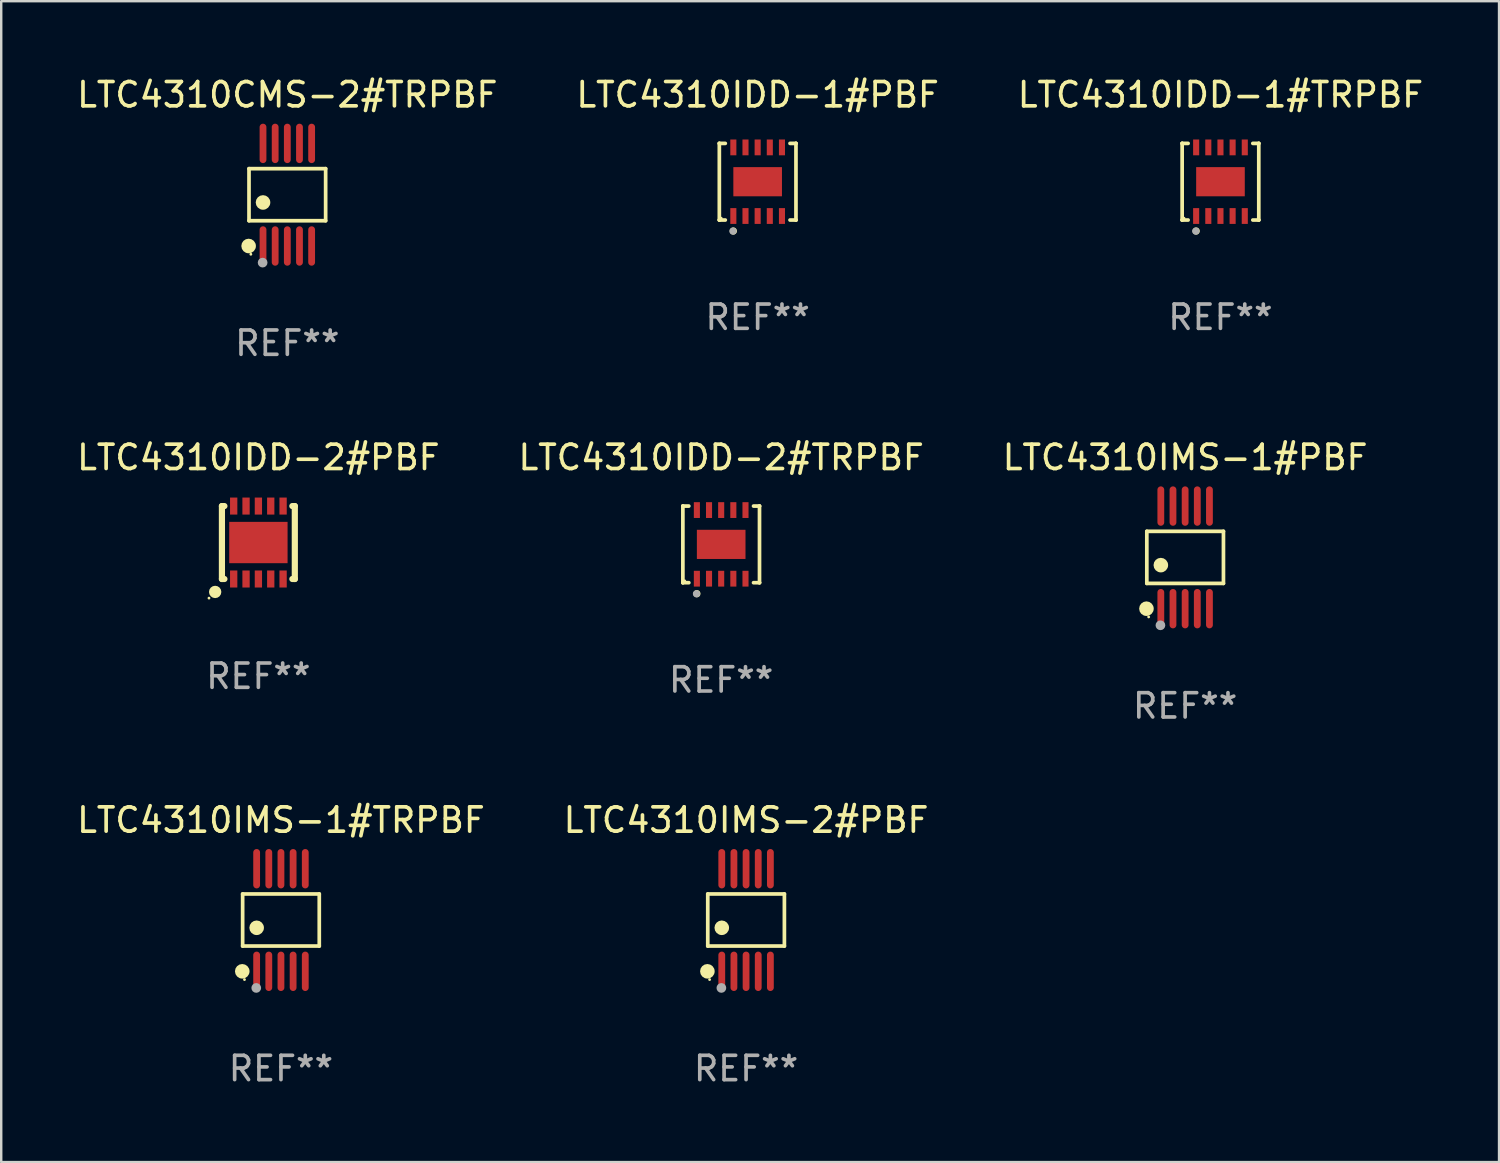
<source format=kicad_pcb>
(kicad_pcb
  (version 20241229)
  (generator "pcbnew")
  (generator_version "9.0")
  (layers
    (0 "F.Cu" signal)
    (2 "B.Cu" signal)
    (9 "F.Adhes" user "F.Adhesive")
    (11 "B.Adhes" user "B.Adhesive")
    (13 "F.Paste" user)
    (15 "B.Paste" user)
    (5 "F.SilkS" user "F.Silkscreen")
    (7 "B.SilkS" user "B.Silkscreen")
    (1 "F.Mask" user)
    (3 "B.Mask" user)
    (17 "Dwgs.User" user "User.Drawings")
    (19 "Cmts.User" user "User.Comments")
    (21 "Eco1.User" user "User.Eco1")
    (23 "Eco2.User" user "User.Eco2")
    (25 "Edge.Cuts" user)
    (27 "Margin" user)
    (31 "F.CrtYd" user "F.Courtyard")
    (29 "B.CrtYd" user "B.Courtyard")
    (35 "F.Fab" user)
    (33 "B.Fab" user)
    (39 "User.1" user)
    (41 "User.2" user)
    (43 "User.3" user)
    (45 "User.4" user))
  (footprint "LTC4310IDD-2#PBF"
    (layer "F.Cu")
    (at 7.577 19.265)
    (property "Reference" "LTC4310IDD-2#PBF" (at 0 -3.5 0) (layer "F.SilkS") (effects (font (size 1 1) (thickness 0.15))))
    (attr through_hole)
    (fp_line (start -1.499 -1.5) (end -1.397 -1.5) (stroke (width 0.254) (type solid)) (layer "F.SilkS"))
    (fp_line (start -1.499 1.5) (end -1.499 -1.5) (stroke (width 0.254) (type solid)) (layer "F.SilkS"))
    (fp_line (start -1.499 1.5) (end -1.397 1.5) (stroke (width 0.254) (type solid)) (layer "F.SilkS"))
    (fp_line (start 1.398 -1.5) (end 1.499 -1.5) (stroke (width 0.254) (type solid)) (layer "F.SilkS"))
    (fp_line (start 1.398 1.5) (end 1.499 1.5) (stroke (width 0.254) (type solid)) (layer "F.SilkS"))
    (fp_line (start 1.499 1.5) (end 1.499 -1.5) (stroke (width 0.254) (type solid)) (layer "F.SilkS"))
    (fp_circle (center -2.031 2.286) (end -2.001 2.286) (stroke (width 0.06) (type solid)) (fill no) (layer "F.SilkS"))
    (fp_circle (center -1.777 2.032) (end -1.65 2.032) (stroke (width 0.254) (type solid)) (fill no) (layer "F.SilkS"))
    (fp_text user "REF**" (at 0 5.5 0) (layer "F.Fab") (effects (font (size 1 1) (thickness 0.15))))
    (pad "1" smd rect (at -1.015 1.5) (size 0.3 0.7) (layers "F.Cu" "F.Mask" "F.Paste"))
    (pad "2" smd rect (at -0.507 1.5) (size 0.3 0.7) (layers "F.Cu" "F.Mask" "F.Paste"))
    (pad "3" smd rect (at 0.001 1.5) (size 0.3 0.7) (layers "F.Cu" "F.Mask" "F.Paste"))
    (pad "4" smd rect (at 0.509 1.5) (size 0.3 0.7) (layers "F.Cu" "F.Mask" "F.Paste"))
    (pad "5" smd rect (at 1.017 1.5) (size 0.3 0.7) (layers "F.Cu" "F.Mask" "F.Paste"))
    (pad "6" smd rect (at 1.017 -1.5) (size 0.3 0.7) (layers "F.Cu" "F.Mask" "F.Paste"))
    (pad "7" smd rect (at 0.509 -1.5) (size 0.3 0.7) (layers "F.Cu" "F.Mask" "F.Paste"))
    (pad "8" smd rect (at 0.001 -1.5) (size 0.3 0.7) (layers "F.Cu" "F.Mask" "F.Paste"))
    (pad "9" smd rect (at -0.507 -1.5) (size 0.3 0.7) (layers "F.Cu" "F.Mask" "F.Paste"))
    (pad "10" smd rect (at -1.015 -1.5) (size 0.3 0.7) (layers "F.Cu" "F.Mask" "F.Paste"))
    (pad "11" smd rect (at 0.001 -0.000127 90) (size 1.7 2.4) (layers "F.Cu" "F.Mask" "F.Paste")))
  (footprint "LTC4310IMS-1#TRPBF"
    (layer "F.Cu")
    (at 8.506 34.791)
    (property "Reference" "LTC4310IMS-1#TRPBF" (at 0 -4.11 0) (layer "F.SilkS") (effects (font (size 1 1) (thickness 0.15))))
    (attr through_hole)
    (fp_line (start -1.576 -1.071) (end 1.576 -1.071) (stroke (width 0.152) (type solid)) (layer "F.SilkS"))
    (fp_line (start -1.576 1.071) (end -1.576 -1.071) (stroke (width 0.152) (type solid)) (layer "F.SilkS"))
    (fp_line (start 1.576 -1.071) (end 1.576 1.071) (stroke (width 0.152) (type solid)) (layer "F.SilkS"))
    (fp_line (start 1.576 1.071) (end -1.576 1.071) (stroke (width 0.152) (type solid)) (layer "F.SilkS"))
    (fp_circle (center -1.592 2.11) (end -1.442 2.11) (stroke (width 0.3) (type solid)) (fill no) (layer "F.SilkS"))
    (fp_circle (center -1.5 2.45) (end -1.47 2.45) (stroke (width 0.06) (type solid)) (fill no) (layer "F.SilkS"))
    (fp_circle (center -1 0.319) (end -0.85 0.319) (stroke (width 0.3) (type solid)) (fill no) (layer "F.SilkS"))
    (fp_circle (center -1.016 2.794) (end -0.916 2.794) (stroke (width 0.2) (type solid)) (fill no) (layer "F.Fab"))
    (fp_text user "REF**" (at 0 6.11 0) (layer "F.Fab") (effects (font (size 1 1) (thickness 0.15))))
    (pad "1" smd oval (at -1 2.11) (size 0.28 1.62) (layers "F.Cu" "F.Mask" "F.Paste"))
    (pad "2" smd oval (at -0.5 2.11) (size 0.28 1.62) (layers "F.Cu" "F.Mask" "F.Paste"))
    (pad "3" smd oval (at 0 2.11) (size 0.28 1.62) (layers "F.Cu" "F.Mask" "F.Paste"))
    (pad "4" smd oval (at 0.5 2.11) (size 0.28 1.62) (layers "F.Cu" "F.Mask" "F.Paste"))
    (pad "5" smd oval (at 1 2.11) (size 0.28 1.62) (layers "F.Cu" "F.Mask" "F.Paste"))
    (pad "6" smd oval (at 1 -2.11) (size 0.28 1.62) (layers "F.Cu" "F.Mask" "F.Paste"))
    (pad "7" smd oval (at 0.5 -2.11) (size 0.28 1.62) (layers "F.Cu" "F.Mask" "F.Paste"))
    (pad "8" smd oval (at 0 -2.11) (size 0.28 1.62) (layers "F.Cu" "F.Mask" "F.Paste"))
    (pad "9" smd oval (at -0.5 -2.11) (size 0.28 1.62) (layers "F.Cu" "F.Mask" "F.Paste"))
    (pad "10" smd oval (at -1 -2.11) (size 0.28 1.62) (layers "F.Cu" "F.Mask" "F.Paste")))
  (footprint "LTC4310IDD-1#TRPBF"
    (layer "F.Cu")
    (at 47.149 4.424)
    (property "Reference" "LTC4310IDD-1#TRPBF" (at 0 -3.576 0) (layer "F.SilkS") (effects (font (size 1 1) (thickness 0.15))))
    (attr through_hole)
    (fp_line (start -1.576 -1.576) (end -1.576 -1.576) (stroke (width 0.152) (type solid)) (layer "F.SilkS"))
    (fp_line (start -1.576 -1.576) (end -1.331 -1.576) (stroke (width 0.152) (type solid)) (layer "F.SilkS"))
    (fp_line (start -1.576 1.576) (end -1.576 -1.576) (stroke (width 0.152) (type solid)) (layer "F.SilkS"))
    (fp_line (start -1.576 1.576) (end -1.576 1.576) (stroke (width 0.152) (type solid)) (layer "F.SilkS"))
    (fp_line (start -1.331 1.576) (end -1.576 1.576) (stroke (width 0.152) (type solid)) (layer "F.SilkS"))
    (fp_line (start 1.331 1.576) (end 1.576 1.576) (stroke (width 0.152) (type solid)) (layer "F.SilkS"))
    (fp_line (start 1.576 -1.576) (end 1.331 -1.576) (stroke (width 0.152) (type solid)) (layer "F.SilkS"))
    (fp_line (start 1.576 -1.576) (end 1.576 -1.576) (stroke (width 0.152) (type solid)) (layer "F.SilkS"))
    (fp_line (start 1.576 1.576) (end 1.576 -1.576) (stroke (width 0.152) (type solid)) (layer "F.SilkS"))
    (fp_line (start 1.576 1.576) (end 1.576 1.576) (stroke (width 0.152) (type solid)) (layer "F.SilkS"))
    (fp_circle (center -1.5 1.5) (end -1.47 1.5) (stroke (width 0.06) (type solid)) (fill no) (layer "F.SilkS"))
    (fp_circle (center -1 2.028) (end -0.925 2.028) (stroke (width 0.15) (type solid)) (fill no) (layer "F.SilkS"))
    (fp_circle (center -1.016 2.032) (end -0.941 2.032) (stroke (width 0.15) (type solid)) (fill no) (layer "F.Fab"))
    (fp_text user "REF**" (at 0 5.576 0) (layer "F.Fab") (effects (font (size 1 1) (thickness 0.15))))
    (pad "1" smd rect (at -1 1.411) (size 0.25 0.65) (layers "F.Cu" "F.Mask" "F.Paste"))
    (pad "2" smd rect (at -0.5 1.411) (size 0.25 0.65) (layers "F.Cu" "F.Mask" "F.Paste"))
    (pad "3" smd rect (at 0 1.411) (size 0.25 0.65) (layers "F.Cu" "F.Mask" "F.Paste"))
    (pad "4" smd rect (at 0.5 1.411) (size 0.25 0.65) (layers "F.Cu" "F.Mask" "F.Paste"))
    (pad "5" smd rect (at 1 1.411) (size 0.25 0.65) (layers "F.Cu" "F.Mask" "F.Paste"))
    (pad "6" smd rect (at 1 -1.411) (size 0.25 0.65) (layers "F.Cu" "F.Mask" "F.Paste"))
    (pad "7" smd rect (at 0.5 -1.411) (size 0.25 0.65) (layers "F.Cu" "F.Mask" "F.Paste"))
    (pad "8" smd rect (at 0 -1.411) (size 0.25 0.65) (layers "F.Cu" "F.Mask" "F.Paste"))
    (pad "9" smd rect (at -0.5 -1.411) (size 0.25 0.65) (layers "F.Cu" "F.Mask" "F.Paste"))
    (pad "10" smd rect (at -1 -1.411) (size 0.25 0.65) (layers "F.Cu" "F.Mask" "F.Paste"))
    (pad "11" smd rect (at 0 0) (size 2 1.2) (layers "F.Cu" "F.Mask" "F.Paste")))
  (footprint "LTC4310IDD-2#TRPBF"
    (layer "F.Cu")
    (at 26.613 19.341)
    (property "Reference" "LTC4310IDD-2#TRPBF" (at 0 -3.576 0) (layer "F.SilkS") (effects (font (size 1 1) (thickness 0.15))))
    (attr through_hole)
    (fp_line (start -1.576 -1.576) (end -1.576 -1.576) (stroke (width 0.152) (type solid)) (layer "F.SilkS"))
    (fp_line (start -1.576 -1.576) (end -1.331 -1.576) (stroke (width 0.152) (type solid)) (layer "F.SilkS"))
    (fp_line (start -1.576 1.576) (end -1.576 -1.576) (stroke (width 0.152) (type solid)) (layer "F.SilkS"))
    (fp_line (start -1.576 1.576) (end -1.576 1.576) (stroke (width 0.152) (type solid)) (layer "F.SilkS"))
    (fp_line (start -1.331 1.576) (end -1.576 1.576) (stroke (width 0.152) (type solid)) (layer "F.SilkS"))
    (fp_line (start 1.331 1.576) (end 1.576 1.576) (stroke (width 0.152) (type solid)) (layer "F.SilkS"))
    (fp_line (start 1.576 -1.576) (end 1.331 -1.576) (stroke (width 0.152) (type solid)) (layer "F.SilkS"))
    (fp_line (start 1.576 -1.576) (end 1.576 -1.576) (stroke (width 0.152) (type solid)) (layer "F.SilkS"))
    (fp_line (start 1.576 1.576) (end 1.576 -1.576) (stroke (width 0.152) (type solid)) (layer "F.SilkS"))
    (fp_line (start 1.576 1.576) (end 1.576 1.576) (stroke (width 0.152) (type solid)) (layer "F.SilkS"))
    (fp_circle (center -1.5 1.5) (end -1.47 1.5) (stroke (width 0.06) (type solid)) (fill no) (layer "F.SilkS"))
    (fp_circle (center -1 2.028) (end -0.925 2.028) (stroke (width 0.15) (type solid)) (fill no) (layer "F.SilkS"))
    (fp_circle (center -1.016 2.032) (end -0.941 2.032) (stroke (width 0.15) (type solid)) (fill no) (layer "F.Fab"))
    (fp_text user "REF**" (at 0 5.576 0) (layer "F.Fab") (effects (font (size 1 1) (thickness 0.15))))
    (pad "1" smd rect (at -1 1.411) (size 0.25 0.65) (layers "F.Cu" "F.Mask" "F.Paste"))
    (pad "2" smd rect (at -0.5 1.411) (size 0.25 0.65) (layers "F.Cu" "F.Mask" "F.Paste"))
    (pad "3" smd rect (at 0 1.411) (size 0.25 0.65) (layers "F.Cu" "F.Mask" "F.Paste"))
    (pad "4" smd rect (at 0.5 1.411) (size 0.25 0.65) (layers "F.Cu" "F.Mask" "F.Paste"))
    (pad "5" smd rect (at 1 1.411) (size 0.25 0.65) (layers "F.Cu" "F.Mask" "F.Paste"))
    (pad "6" smd rect (at 1 -1.411) (size 0.25 0.65) (layers "F.Cu" "F.Mask" "F.Paste"))
    (pad "7" smd rect (at 0.5 -1.411) (size 0.25 0.65) (layers "F.Cu" "F.Mask" "F.Paste"))
    (pad "8" smd rect (at 0 -1.411) (size 0.25 0.65) (layers "F.Cu" "F.Mask" "F.Paste"))
    (pad "9" smd rect (at -0.5 -1.411) (size 0.25 0.65) (layers "F.Cu" "F.Mask" "F.Paste"))
    (pad "10" smd rect (at -1 -1.411) (size 0.25 0.65) (layers "F.Cu" "F.Mask" "F.Paste"))
    (pad "11" smd rect (at 0 0) (size 2 1.2) (layers "F.Cu" "F.Mask" "F.Paste")))
  (footprint "LTC4310IDD-1#PBF"
    (layer "F.Cu")
    (at 28.113 4.424)
    (property "Reference" "LTC4310IDD-1#PBF" (at 0 -3.576 0) (layer "F.SilkS") (effects (font (size 1 1) (thickness 0.15))))
    (attr through_hole)
    (fp_line (start -1.576 -1.576) (end -1.576 -1.576) (stroke (width 0.152) (type solid)) (layer "F.SilkS"))
    (fp_line (start -1.576 -1.576) (end -1.331 -1.576) (stroke (width 0.152) (type solid)) (layer "F.SilkS"))
    (fp_line (start -1.576 1.576) (end -1.576 -1.576) (stroke (width 0.152) (type solid)) (layer "F.SilkS"))
    (fp_line (start -1.576 1.576) (end -1.576 1.576) (stroke (width 0.152) (type solid)) (layer "F.SilkS"))
    (fp_line (start -1.331 1.576) (end -1.576 1.576) (stroke (width 0.152) (type solid)) (layer "F.SilkS"))
    (fp_line (start 1.331 1.576) (end 1.576 1.576) (stroke (width 0.152) (type solid)) (layer "F.SilkS"))
    (fp_line (start 1.576 -1.576) (end 1.331 -1.576) (stroke (width 0.152) (type solid)) (layer "F.SilkS"))
    (fp_line (start 1.576 -1.576) (end 1.576 -1.576) (stroke (width 0.152) (type solid)) (layer "F.SilkS"))
    (fp_line (start 1.576 1.576) (end 1.576 -1.576) (stroke (width 0.152) (type solid)) (layer "F.SilkS"))
    (fp_line (start 1.576 1.576) (end 1.576 1.576) (stroke (width 0.152) (type solid)) (layer "F.SilkS"))
    (fp_circle (center -1.5 1.5) (end -1.47 1.5) (stroke (width 0.06) (type solid)) (fill no) (layer "F.SilkS"))
    (fp_circle (center -1 2.028) (end -0.925 2.028) (stroke (width 0.15) (type solid)) (fill no) (layer "F.SilkS"))
    (fp_circle (center -1.016 2.032) (end -0.941 2.032) (stroke (width 0.15) (type solid)) (fill no) (layer "F.Fab"))
    (fp_text user "REF**" (at 0 5.576 0) (layer "F.Fab") (effects (font (size 1 1) (thickness 0.15))))
    (pad "1" smd rect (at -1 1.411) (size 0.25 0.65) (layers "F.Cu" "F.Mask" "F.Paste"))
    (pad "2" smd rect (at -0.5 1.411) (size 0.25 0.65) (layers "F.Cu" "F.Mask" "F.Paste"))
    (pad "3" smd rect (at 0 1.411) (size 0.25 0.65) (layers "F.Cu" "F.Mask" "F.Paste"))
    (pad "4" smd rect (at 0.5 1.411) (size 0.25 0.65) (layers "F.Cu" "F.Mask" "F.Paste"))
    (pad "5" smd rect (at 1 1.411) (size 0.25 0.65) (layers "F.Cu" "F.Mask" "F.Paste"))
    (pad "6" smd rect (at 1 -1.411) (size 0.25 0.65) (layers "F.Cu" "F.Mask" "F.Paste"))
    (pad "7" smd rect (at 0.5 -1.411) (size 0.25 0.65) (layers "F.Cu" "F.Mask" "F.Paste"))
    (pad "8" smd rect (at 0 -1.411) (size 0.25 0.65) (layers "F.Cu" "F.Mask" "F.Paste"))
    (pad "9" smd rect (at -0.5 -1.411) (size 0.25 0.65) (layers "F.Cu" "F.Mask" "F.Paste"))
    (pad "10" smd rect (at -1 -1.411) (size 0.25 0.65) (layers "F.Cu" "F.Mask" "F.Paste"))
    (pad "11" smd rect (at 0 0) (size 2 1.2) (layers "F.Cu" "F.Mask" "F.Paste")))
  (footprint "LTC4310IMS-1#PBF"
    (layer "F.Cu")
    (at 45.696 19.875)
    (property "Reference" "LTC4310IMS-1#PBF" (at 0 -4.11 0) (layer "F.SilkS") (effects (font (size 1 1) (thickness 0.15))))
    (attr through_hole)
    (fp_line (start -1.576 -1.071) (end 1.576 -1.071) (stroke (width 0.152) (type solid)) (layer "F.SilkS"))
    (fp_line (start -1.576 1.071) (end -1.576 -1.071) (stroke (width 0.152) (type solid)) (layer "F.SilkS"))
    (fp_line (start 1.576 -1.071) (end 1.576 1.071) (stroke (width 0.152) (type solid)) (layer "F.SilkS"))
    (fp_line (start 1.576 1.071) (end -1.576 1.071) (stroke (width 0.152) (type solid)) (layer "F.SilkS"))
    (fp_circle (center -1.592 2.11) (end -1.442 2.11) (stroke (width 0.3) (type solid)) (fill no) (layer "F.SilkS"))
    (fp_circle (center -1.5 2.45) (end -1.47 2.45) (stroke (width 0.06) (type solid)) (fill no) (layer "F.SilkS"))
    (fp_circle (center -1 0.319) (end -0.85 0.319) (stroke (width 0.3) (type solid)) (fill no) (layer "F.SilkS"))
    (fp_circle (center -1.016 2.794) (end -0.916 2.794) (stroke (width 0.2) (type solid)) (fill no) (layer "F.Fab"))
    (fp_text user "REF**" (at 0 6.11 0) (layer "F.Fab") (effects (font (size 1 1) (thickness 0.15))))
    (pad "1" smd oval (at -1 2.11) (size 0.28 1.62) (layers "F.Cu" "F.Mask" "F.Paste"))
    (pad "2" smd oval (at -0.5 2.11) (size 0.28 1.62) (layers "F.Cu" "F.Mask" "F.Paste"))
    (pad "3" smd oval (at 0 2.11) (size 0.28 1.62) (layers "F.Cu" "F.Mask" "F.Paste"))
    (pad "4" smd oval (at 0.5 2.11) (size 0.28 1.62) (layers "F.Cu" "F.Mask" "F.Paste"))
    (pad "5" smd oval (at 1 2.11) (size 0.28 1.62) (layers "F.Cu" "F.Mask" "F.Paste"))
    (pad "6" smd oval (at 1 -2.11) (size 0.28 1.62) (layers "F.Cu" "F.Mask" "F.Paste"))
    (pad "7" smd oval (at 0.5 -2.11) (size 0.28 1.62) (layers "F.Cu" "F.Mask" "F.Paste"))
    (pad "8" smd oval (at 0 -2.11) (size 0.28 1.62) (layers "F.Cu" "F.Mask" "F.Paste"))
    (pad "9" smd oval (at -0.5 -2.11) (size 0.28 1.62) (layers "F.Cu" "F.Mask" "F.Paste"))
    (pad "10" smd oval (at -1 -2.11) (size 0.28 1.62) (layers "F.Cu" "F.Mask" "F.Paste")))
  (footprint "LTC4310IMS-2#PBF"
    (layer "F.Cu")
    (at 27.637 34.791)
    (property "Reference" "LTC4310IMS-2#PBF" (at 0 -4.11 0) (layer "F.SilkS") (effects (font (size 1 1) (thickness 0.15))))
    (attr through_hole)
    (fp_line (start -1.576 -1.071) (end 1.576 -1.071) (stroke (width 0.152) (type solid)) (layer "F.SilkS"))
    (fp_line (start -1.576 1.071) (end -1.576 -1.071) (stroke (width 0.152) (type solid)) (layer "F.SilkS"))
    (fp_line (start 1.576 -1.071) (end 1.576 1.071) (stroke (width 0.152) (type solid)) (layer "F.SilkS"))
    (fp_line (start 1.576 1.071) (end -1.576 1.071) (stroke (width 0.152) (type solid)) (layer "F.SilkS"))
    (fp_circle (center -1.592 2.11) (end -1.442 2.11) (stroke (width 0.3) (type solid)) (fill no) (layer "F.SilkS"))
    (fp_circle (center -1.5 2.45) (end -1.47 2.45) (stroke (width 0.06) (type solid)) (fill no) (layer "F.SilkS"))
    (fp_circle (center -1 0.319) (end -0.85 0.319) (stroke (width 0.3) (type solid)) (fill no) (layer "F.SilkS"))
    (fp_circle (center -1.016 2.794) (end -0.916 2.794) (stroke (width 0.2) (type solid)) (fill no) (layer "F.Fab"))
    (fp_text user "REF**" (at 0 6.11 0) (layer "F.Fab") (effects (font (size 1 1) (thickness 0.15))))
    (pad "1" smd oval (at -1 2.11) (size 0.28 1.62) (layers "F.Cu" "F.Mask" "F.Paste"))
    (pad "2" smd oval (at -0.5 2.11) (size 0.28 1.62) (layers "F.Cu" "F.Mask" "F.Paste"))
    (pad "3" smd oval (at 0 2.11) (size 0.28 1.62) (layers "F.Cu" "F.Mask" "F.Paste"))
    (pad "4" smd oval (at 0.5 2.11) (size 0.28 1.62) (layers "F.Cu" "F.Mask" "F.Paste"))
    (pad "5" smd oval (at 1 2.11) (size 0.28 1.62) (layers "F.Cu" "F.Mask" "F.Paste"))
    (pad "6" smd oval (at 1 -2.11) (size 0.28 1.62) (layers "F.Cu" "F.Mask" "F.Paste"))
    (pad "7" smd oval (at 0.5 -2.11) (size 0.28 1.62) (layers "F.Cu" "F.Mask" "F.Paste"))
    (pad "8" smd oval (at 0 -2.11) (size 0.28 1.62) (layers "F.Cu" "F.Mask" "F.Paste"))
    (pad "9" smd oval (at -0.5 -2.11) (size 0.28 1.62) (layers "F.Cu" "F.Mask" "F.Paste"))
    (pad "10" smd oval (at -1 -2.11) (size 0.28 1.62) (layers "F.Cu" "F.Mask" "F.Paste")))
  (footprint "LTC4310CMS-2#TRPBF"
    (layer "F.Cu")
    (at 8.768 4.958)
    (property "Reference" "LTC4310CMS-2#TRPBF" (at 0 -4.11 0) (layer "F.SilkS") (effects (font (size 1 1) (thickness 0.15))))
    (attr through_hole)
    (fp_line (start -1.576 -1.071) (end 1.576 -1.071) (stroke (width 0.152) (type solid)) (layer "F.SilkS"))
    (fp_line (start -1.576 1.071) (end -1.576 -1.071) (stroke (width 0.152) (type solid)) (layer "F.SilkS"))
    (fp_line (start 1.576 -1.071) (end 1.576 1.071) (stroke (width 0.152) (type solid)) (layer "F.SilkS"))
    (fp_line (start 1.576 1.071) (end -1.576 1.071) (stroke (width 0.152) (type solid)) (layer "F.SilkS"))
    (fp_circle (center -1.592 2.11) (end -1.442 2.11) (stroke (width 0.3) (type solid)) (fill no) (layer "F.SilkS"))
    (fp_circle (center -1.5 2.45) (end -1.47 2.45) (stroke (width 0.06) (type solid)) (fill no) (layer "F.SilkS"))
    (fp_circle (center -1 0.319) (end -0.85 0.319) (stroke (width 0.3) (type solid)) (fill no) (layer "F.SilkS"))
    (fp_circle (center -1.016 2.794) (end -0.916 2.794) (stroke (width 0.2) (type solid)) (fill no) (layer "F.Fab"))
    (fp_text user "REF**" (at 0 6.11 0) (layer "F.Fab") (effects (font (size 1 1) (thickness 0.15))))
    (pad "1" smd oval (at -1 2.11) (size 0.28 1.62) (layers "F.Cu" "F.Mask" "F.Paste"))
    (pad "2" smd oval (at -0.5 2.11) (size 0.28 1.62) (layers "F.Cu" "F.Mask" "F.Paste"))
    (pad "3" smd oval (at 0 2.11) (size 0.28 1.62) (layers "F.Cu" "F.Mask" "F.Paste"))
    (pad "4" smd oval (at 0.5 2.11) (size 0.28 1.62) (layers "F.Cu" "F.Mask" "F.Paste"))
    (pad "5" smd oval (at 1 2.11) (size 0.28 1.62) (layers "F.Cu" "F.Mask" "F.Paste"))
    (pad "6" smd oval (at 1 -2.11) (size 0.28 1.62) (layers "F.Cu" "F.Mask" "F.Paste"))
    (pad "7" smd oval (at 0.5 -2.11) (size 0.28 1.62) (layers "F.Cu" "F.Mask" "F.Paste"))
    (pad "8" smd oval (at 0 -2.11) (size 0.28 1.62) (layers "F.Cu" "F.Mask" "F.Paste"))
    (pad "9" smd oval (at -0.5 -2.11) (size 0.28 1.62) (layers "F.Cu" "F.Mask" "F.Paste"))
    (pad "10" smd oval (at -1 -2.11) (size 0.28 1.62) (layers "F.Cu" "F.Mask" "F.Paste")))
  (gr_rect
    (start -3 -3)
    (end 58.607 44.749)
    (stroke (width 0.1) (type default))
    (fill no)
    (layer "Edge.Cuts")))
</source>
